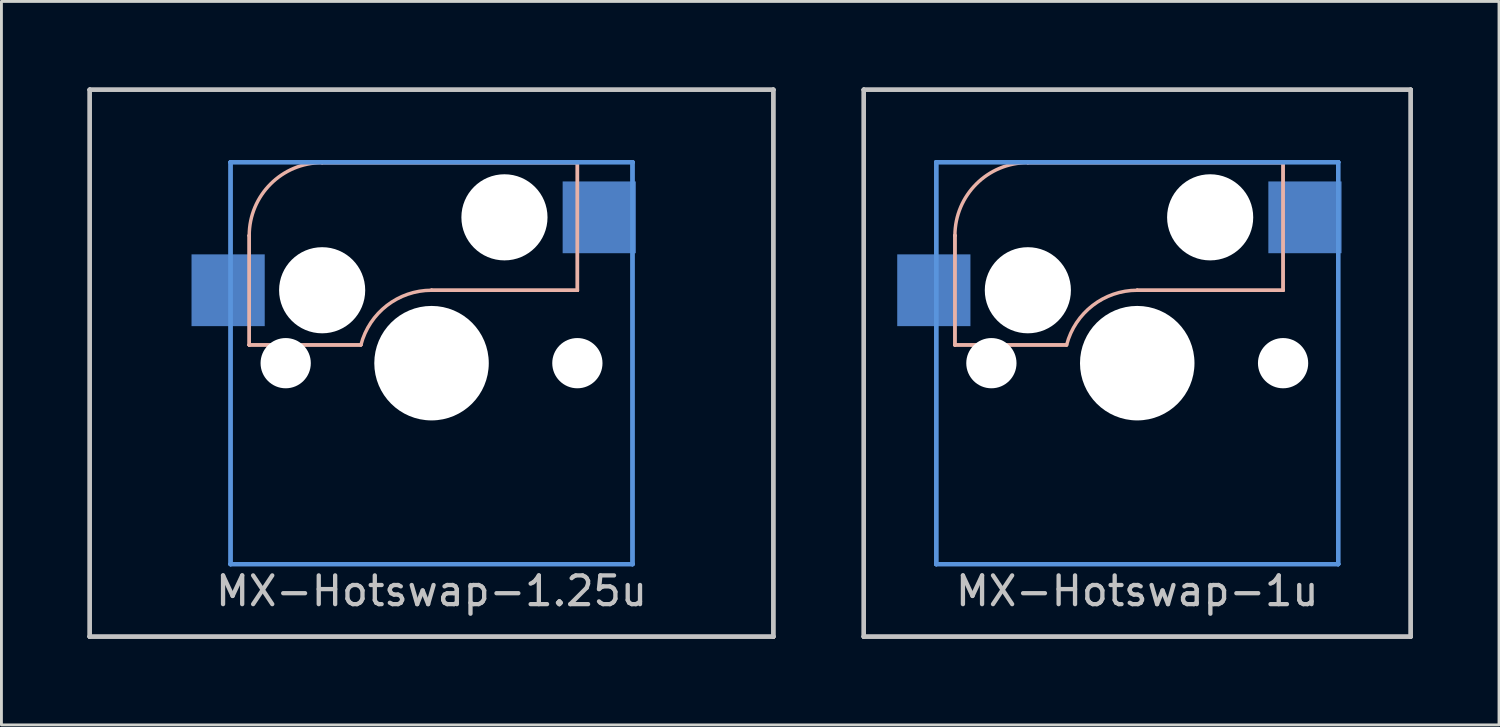
<source format=kicad_pcb>
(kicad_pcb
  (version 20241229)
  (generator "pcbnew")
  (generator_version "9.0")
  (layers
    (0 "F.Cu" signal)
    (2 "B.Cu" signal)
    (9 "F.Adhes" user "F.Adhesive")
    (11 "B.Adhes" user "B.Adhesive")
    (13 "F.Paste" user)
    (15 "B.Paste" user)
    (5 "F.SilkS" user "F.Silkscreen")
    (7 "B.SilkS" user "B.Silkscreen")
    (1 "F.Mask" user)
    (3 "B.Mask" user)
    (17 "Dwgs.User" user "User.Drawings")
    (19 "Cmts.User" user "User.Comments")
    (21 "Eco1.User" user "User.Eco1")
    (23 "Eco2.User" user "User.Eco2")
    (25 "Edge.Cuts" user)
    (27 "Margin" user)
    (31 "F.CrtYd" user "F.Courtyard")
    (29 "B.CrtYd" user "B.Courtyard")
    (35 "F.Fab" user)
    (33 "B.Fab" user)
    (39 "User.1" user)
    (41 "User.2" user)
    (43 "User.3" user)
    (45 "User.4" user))
  (footprint "MX-Hotswap-1.25u"
    (layer "F.Cu")
    (at 11.981 9.6)
    (property "Reference" "MX-Hotswap-1.25u" (at 0 7.938 0) (layer "Dwgs.User") (effects (font (size 1 1) (thickness 0.15))))
    (attr through_hole)
    (fp_line (start -6.35 -4.445) (end -6.35 -4.445) (stroke (width 0.12) (type solid)) (layer "B.SilkS"))
    (fp_line (start -6.35 -4.445) (end -6.35 -0.635) (stroke (width 0.12) (type solid)) (layer "B.SilkS"))
    (fp_line (start -6.35 -0.635) (end -6.35 -4.445) (stroke (width 0.12) (type solid)) (layer "B.SilkS"))
    (fp_line (start -6.35 -0.635) (end -6.35 -0.635) (stroke (width 0.12) (type solid)) (layer "B.SilkS"))
    (fp_line (start -6.35 -0.635) (end -6.35 -0.635) (stroke (width 0.12) (type solid)) (layer "B.SilkS"))
    (fp_line (start -6.35 -0.635) (end -2.464 -0.635) (stroke (width 0.12) (type solid)) (layer "B.SilkS"))
    (fp_line (start -3.81 -6.985) (end -3.81 -6.985) (stroke (width 0.12) (type solid)) (layer "B.SilkS"))
    (fp_line (start -3.81 -6.985) (end 5.08 -6.985) (stroke (width 0.12) (type solid)) (layer "B.SilkS"))
    (fp_line (start -2.464 -0.635) (end -6.35 -0.635) (stroke (width 0.12) (type solid)) (layer "B.SilkS"))
    (fp_line (start -2.464 -0.635) (end -2.464 -0.635) (stroke (width 0.12) (type solid)) (layer "B.SilkS"))
    (fp_line (start 0 -2.54) (end 0 -2.54) (stroke (width 0.12) (type solid)) (layer "B.SilkS"))
    (fp_line (start 0 -2.54) (end 5.08 -2.54) (stroke (width 0.12) (type solid)) (layer "B.SilkS"))
    (fp_line (start 5.08 -6.985) (end -3.81 -6.985) (stroke (width 0.12) (type solid)) (layer "B.SilkS"))
    (fp_line (start 5.08 -6.985) (end 5.08 -6.985) (stroke (width 0.12) (type solid)) (layer "B.SilkS"))
    (fp_line (start 5.08 -6.985) (end 5.08 -6.985) (stroke (width 0.12) (type solid)) (layer "B.SilkS"))
    (fp_line (start 5.08 -6.985) (end 5.08 -2.54) (stroke (width 0.12) (type solid)) (layer "B.SilkS"))
    (fp_line (start 5.08 -2.54) (end 0 -2.54) (stroke (width 0.12) (type solid)) (layer "B.SilkS"))
    (fp_line (start 5.08 -2.54) (end 5.08 -6.985) (stroke (width 0.12) (type solid)) (layer "B.SilkS"))
    (fp_line (start 5.08 -2.54) (end 5.08 -2.54) (stroke (width 0.12) (type solid)) (layer "B.SilkS"))
    (fp_line (start 5.08 -2.54) (end 5.08 -2.54) (stroke (width 0.12) (type solid)) (layer "B.SilkS"))
    (fp_arc (start -6.35 -4.445) (mid -5.606051 -6.241051) (end -3.81 -6.985) (stroke (width 0.12) (type solid)) (layer "B.SilkS"))
    (fp_arc (start -2.457981 -0.640256) (mid -1.553279 -2.009707) (end 0 -2.54) (stroke (width 0.12) (type solid)) (layer "B.SilkS"))
    (fp_line (start -11.906 -9.525) (end -11.906 -9.525) (stroke (width 0.15) (type solid)) (layer "Dwgs.User"))
    (fp_line (start -11.906 -9.525) (end -11.906 -9.525) (stroke (width 0.15) (type solid)) (layer "Dwgs.User"))
    (fp_line (start -11.906 -9.525) (end -11.906 9.525) (stroke (width 0.15) (type solid)) (layer "Dwgs.User"))
    (fp_line (start -11.906 -9.525) (end 11.906 -9.525) (stroke (width 0.15) (type solid)) (layer "Dwgs.User"))
    (fp_line (start -11.906 9.525) (end -11.906 -9.525) (stroke (width 0.15) (type solid)) (layer "Dwgs.User"))
    (fp_line (start -11.906 9.525) (end -11.906 9.525) (stroke (width 0.15) (type solid)) (layer "Dwgs.User"))
    (fp_line (start -11.906 9.525) (end -11.906 9.525) (stroke (width 0.15) (type solid)) (layer "Dwgs.User"))
    (fp_line (start -11.906 9.525) (end 11.906 9.525) (stroke (width 0.15) (type solid)) (layer "Dwgs.User"))
    (fp_line (start 11.906 -9.525) (end -11.906 -9.525) (stroke (width 0.15) (type solid)) (layer "Dwgs.User"))
    (fp_line (start 11.906 -9.525) (end 11.906 -9.525) (stroke (width 0.15) (type solid)) (layer "Dwgs.User"))
    (fp_line (start 11.906 -9.525) (end 11.906 -9.525) (stroke (width 0.15) (type solid)) (layer "Dwgs.User"))
    (fp_line (start 11.906 -9.525) (end 11.906 9.525) (stroke (width 0.15) (type solid)) (layer "Dwgs.User"))
    (fp_line (start 11.906 9.525) (end -11.906 9.525) (stroke (width 0.15) (type solid)) (layer "Dwgs.User"))
    (fp_line (start 11.906 9.525) (end 11.906 -9.525) (stroke (width 0.15) (type solid)) (layer "Dwgs.User"))
    (fp_line (start 11.906 9.525) (end 11.906 9.525) (stroke (width 0.15) (type solid)) (layer "Dwgs.User"))
    (fp_line (start 11.906 9.525) (end 11.906 9.525) (stroke (width 0.15) (type solid)) (layer "Dwgs.User"))
    (fp_line (start -7 -7) (end -7 -7) (stroke (width 0.15) (type solid)) (layer "Cmts.User"))
    (fp_line (start -7 -7) (end -7 -7) (stroke (width 0.15) (type solid)) (layer "Cmts.User"))
    (fp_line (start -7 -7) (end -7 7) (stroke (width 0.15) (type solid)) (layer "Cmts.User"))
    (fp_line (start -7 -7) (end 7 -7) (stroke (width 0.15) (type solid)) (layer "Cmts.User"))
    (fp_line (start -7 7) (end -7 -7) (stroke (width 0.15) (type solid)) (layer "Cmts.User"))
    (fp_line (start -7 7) (end -7 7) (stroke (width 0.15) (type solid)) (layer "Cmts.User"))
    (fp_line (start -7 7) (end -7 7) (stroke (width 0.15) (type solid)) (layer "Cmts.User"))
    (fp_line (start -7 7) (end 7 7) (stroke (width 0.15) (type solid)) (layer "Cmts.User"))
    (fp_line (start 7 -7) (end -7 -7) (stroke (width 0.15) (type solid)) (layer "Cmts.User"))
    (fp_line (start 7 -7) (end 7 -7) (stroke (width 0.15) (type solid)) (layer "Cmts.User"))
    (fp_line (start 7 -7) (end 7 -7) (stroke (width 0.15) (type solid)) (layer "Cmts.User"))
    (fp_line (start 7 -7) (end 7 7) (stroke (width 0.15) (type solid)) (layer "Cmts.User"))
    (fp_line (start 7 7) (end -7 7) (stroke (width 0.15) (type solid)) (layer "Cmts.User"))
    (fp_line (start 7 7) (end 7 -7) (stroke (width 0.15) (type solid)) (layer "Cmts.User"))
    (fp_line (start 7 7) (end 7 7) (stroke (width 0.15) (type solid)) (layer "Cmts.User"))
    (fp_line (start 7 7) (end 7 7) (stroke (width 0.15) (type solid)) (layer "Cmts.User"))
    (pad "" np_thru_hole circle (at -5.08 0) (size 1.75 1.75) (drill 1.75) (layers "*.Cu" "*.Mask"))
    (pad "" np_thru_hole circle (at -3.81 -2.54) (size 3 3) (drill 3) (layers "*.Cu" "*.Mask"))
    (pad "" np_thru_hole circle (at 0 0) (size 3.988 3.988) (drill 3.988) (layers "*.Cu" "*.Mask"))
    (pad "" np_thru_hole circle (at 2.54 -5.08) (size 3 3) (drill 3) (layers "*.Cu" "*.Mask"))
    (pad "" np_thru_hole circle (at 5.08 0) (size 1.75 1.75) (drill 1.75) (layers "*.Cu" "*.Mask"))
    (pad "1" smd rect (at -7.085 -2.54) (size 2.55 2.5) (layers "B.Cu" "B.Mask" "B.Paste"))
    (pad "2" smd rect (at 5.842 -5.08) (size 2.55 2.5) (layers "B.Cu" "B.Mask" "B.Paste")))
  (footprint "MX-Hotswap-1u"
    (layer "F.Cu")
    (at 36.562 9.6)
    (property "Reference" "MX-Hotswap-1u" (at 0 7.938 0) (layer "Dwgs.User") (effects (font (size 1 1) (thickness 0.15))))
    (attr through_hole)
    (fp_line (start -6.35 -4.445) (end -6.35 -4.445) (stroke (width 0.12) (type solid)) (layer "B.SilkS"))
    (fp_line (start -6.35 -4.445) (end -6.35 -0.635) (stroke (width 0.12) (type solid)) (layer "B.SilkS"))
    (fp_line (start -6.35 -0.635) (end -6.35 -4.445) (stroke (width 0.12) (type solid)) (layer "B.SilkS"))
    (fp_line (start -6.35 -0.635) (end -6.35 -0.635) (stroke (width 0.12) (type solid)) (layer "B.SilkS"))
    (fp_line (start -6.35 -0.635) (end -6.35 -0.635) (stroke (width 0.12) (type solid)) (layer "B.SilkS"))
    (fp_line (start -6.35 -0.635) (end -2.464 -0.635) (stroke (width 0.12) (type solid)) (layer "B.SilkS"))
    (fp_line (start -3.81 -6.985) (end -3.81 -6.985) (stroke (width 0.12) (type solid)) (layer "B.SilkS"))
    (fp_line (start -3.81 -6.985) (end 5.08 -6.985) (stroke (width 0.12) (type solid)) (layer "B.SilkS"))
    (fp_line (start -2.464 -0.635) (end -6.35 -0.635) (stroke (width 0.12) (type solid)) (layer "B.SilkS"))
    (fp_line (start -2.464 -0.635) (end -2.464 -0.635) (stroke (width 0.12) (type solid)) (layer "B.SilkS"))
    (fp_line (start 0 -2.54) (end 0 -2.54) (stroke (width 0.12) (type solid)) (layer "B.SilkS"))
    (fp_line (start 0 -2.54) (end 5.08 -2.54) (stroke (width 0.12) (type solid)) (layer "B.SilkS"))
    (fp_line (start 5.08 -6.985) (end -3.81 -6.985) (stroke (width 0.12) (type solid)) (layer "B.SilkS"))
    (fp_line (start 5.08 -6.985) (end 5.08 -6.985) (stroke (width 0.12) (type solid)) (layer "B.SilkS"))
    (fp_line (start 5.08 -6.985) (end 5.08 -6.985) (stroke (width 0.12) (type solid)) (layer "B.SilkS"))
    (fp_line (start 5.08 -6.985) (end 5.08 -2.54) (stroke (width 0.12) (type solid)) (layer "B.SilkS"))
    (fp_line (start 5.08 -2.54) (end 0 -2.54) (stroke (width 0.12) (type solid)) (layer "B.SilkS"))
    (fp_line (start 5.08 -2.54) (end 5.08 -6.985) (stroke (width 0.12) (type solid)) (layer "B.SilkS"))
    (fp_line (start 5.08 -2.54) (end 5.08 -2.54) (stroke (width 0.12) (type solid)) (layer "B.SilkS"))
    (fp_line (start 5.08 -2.54) (end 5.08 -2.54) (stroke (width 0.12) (type solid)) (layer "B.SilkS"))
    (fp_arc (start -6.35 -4.445) (mid -5.606051 -6.241051) (end -3.81 -6.985) (stroke (width 0.12) (type solid)) (layer "B.SilkS"))
    (fp_arc (start -2.457981 -0.640256) (mid -1.553279 -2.009707) (end 0 -2.54) (stroke (width 0.12) (type solid)) (layer "B.SilkS"))
    (fp_line (start -9.525 -9.525) (end -9.525 -9.525) (stroke (width 0.15) (type solid)) (layer "Dwgs.User"))
    (fp_line (start -9.525 -9.525) (end -9.525 -9.525) (stroke (width 0.15) (type solid)) (layer "Dwgs.User"))
    (fp_line (start -9.525 -9.525) (end -9.525 9.525) (stroke (width 0.15) (type solid)) (layer "Dwgs.User"))
    (fp_line (start -9.525 -9.525) (end 9.525 -9.525) (stroke (width 0.15) (type solid)) (layer "Dwgs.User"))
    (fp_line (start -9.525 9.525) (end -9.525 -9.525) (stroke (width 0.15) (type solid)) (layer "Dwgs.User"))
    (fp_line (start -9.525 9.525) (end -9.525 9.525) (stroke (width 0.15) (type solid)) (layer "Dwgs.User"))
    (fp_line (start -9.525 9.525) (end -9.525 9.525) (stroke (width 0.15) (type solid)) (layer "Dwgs.User"))
    (fp_line (start -9.525 9.525) (end 9.525 9.525) (stroke (width 0.15) (type solid)) (layer "Dwgs.User"))
    (fp_line (start 9.525 -9.525) (end -9.525 -9.525) (stroke (width 0.15) (type solid)) (layer "Dwgs.User"))
    (fp_line (start 9.525 -9.525) (end 9.525 -9.525) (stroke (width 0.15) (type solid)) (layer "Dwgs.User"))
    (fp_line (start 9.525 -9.525) (end 9.525 -9.525) (stroke (width 0.15) (type solid)) (layer "Dwgs.User"))
    (fp_line (start 9.525 -9.525) (end 9.525 9.525) (stroke (width 0.15) (type solid)) (layer "Dwgs.User"))
    (fp_line (start 9.525 9.525) (end -9.525 9.525) (stroke (width 0.15) (type solid)) (layer "Dwgs.User"))
    (fp_line (start 9.525 9.525) (end 9.525 -9.525) (stroke (width 0.15) (type solid)) (layer "Dwgs.User"))
    (fp_line (start 9.525 9.525) (end 9.525 9.525) (stroke (width 0.15) (type solid)) (layer "Dwgs.User"))
    (fp_line (start 9.525 9.525) (end 9.525 9.525) (stroke (width 0.15) (type solid)) (layer "Dwgs.User"))
    (fp_line (start -7 -7) (end -7 -7) (stroke (width 0.15) (type solid)) (layer "Cmts.User"))
    (fp_line (start -7 -7) (end -7 -7) (stroke (width 0.15) (type solid)) (layer "Cmts.User"))
    (fp_line (start -7 -7) (end -7 7) (stroke (width 0.15) (type solid)) (layer "Cmts.User"))
    (fp_line (start -7 -7) (end 7 -7) (stroke (width 0.15) (type solid)) (layer "Cmts.User"))
    (fp_line (start -7 7) (end -7 -7) (stroke (width 0.15) (type solid)) (layer "Cmts.User"))
    (fp_line (start -7 7) (end -7 7) (stroke (width 0.15) (type solid)) (layer "Cmts.User"))
    (fp_line (start -7 7) (end -7 7) (stroke (width 0.15) (type solid)) (layer "Cmts.User"))
    (fp_line (start -7 7) (end 7 7) (stroke (width 0.15) (type solid)) (layer "Cmts.User"))
    (fp_line (start 7 -7) (end -7 -7) (stroke (width 0.15) (type solid)) (layer "Cmts.User"))
    (fp_line (start 7 -7) (end 7 -7) (stroke (width 0.15) (type solid)) (layer "Cmts.User"))
    (fp_line (start 7 -7) (end 7 -7) (stroke (width 0.15) (type solid)) (layer "Cmts.User"))
    (fp_line (start 7 -7) (end 7 7) (stroke (width 0.15) (type solid)) (layer "Cmts.User"))
    (fp_line (start 7 7) (end -7 7) (stroke (width 0.15) (type solid)) (layer "Cmts.User"))
    (fp_line (start 7 7) (end 7 -7) (stroke (width 0.15) (type solid)) (layer "Cmts.User"))
    (fp_line (start 7 7) (end 7 7) (stroke (width 0.15) (type solid)) (layer "Cmts.User"))
    (fp_line (start 7 7) (end 7 7) (stroke (width 0.15) (type solid)) (layer "Cmts.User"))
    (pad "" np_thru_hole circle (at -5.08 0) (size 1.75 1.75) (drill 1.75) (layers "*.Cu" "*.Mask"))
    (pad "" np_thru_hole circle (at -3.81 -2.54) (size 3 3) (drill 3) (layers "*.Cu" "*.Mask"))
    (pad "" np_thru_hole circle (at 0 0) (size 3.988 3.988) (drill 3.988) (layers "*.Cu" "*.Mask"))
    (pad "" np_thru_hole circle (at 2.54 -5.08) (size 3 3) (drill 3) (layers "*.Cu" "*.Mask"))
    (pad "" np_thru_hole circle (at 5.08 0) (size 1.75 1.75) (drill 1.75) (layers "*.Cu" "*.Mask"))
    (pad "1" smd rect (at -7.085 -2.54) (size 2.55 2.5) (layers "B.Cu" "B.Mask" "B.Paste"))
    (pad "2" smd rect (at 5.842 -5.08) (size 2.55 2.5) (layers "B.Cu" "B.Mask" "B.Paste")))
  (gr_rect
    (start -3 -3)
    (end 49.163 22.2)
    (stroke (width 0.1) (type default))
    (fill no)
    (layer "Edge.Cuts")))
</source>
